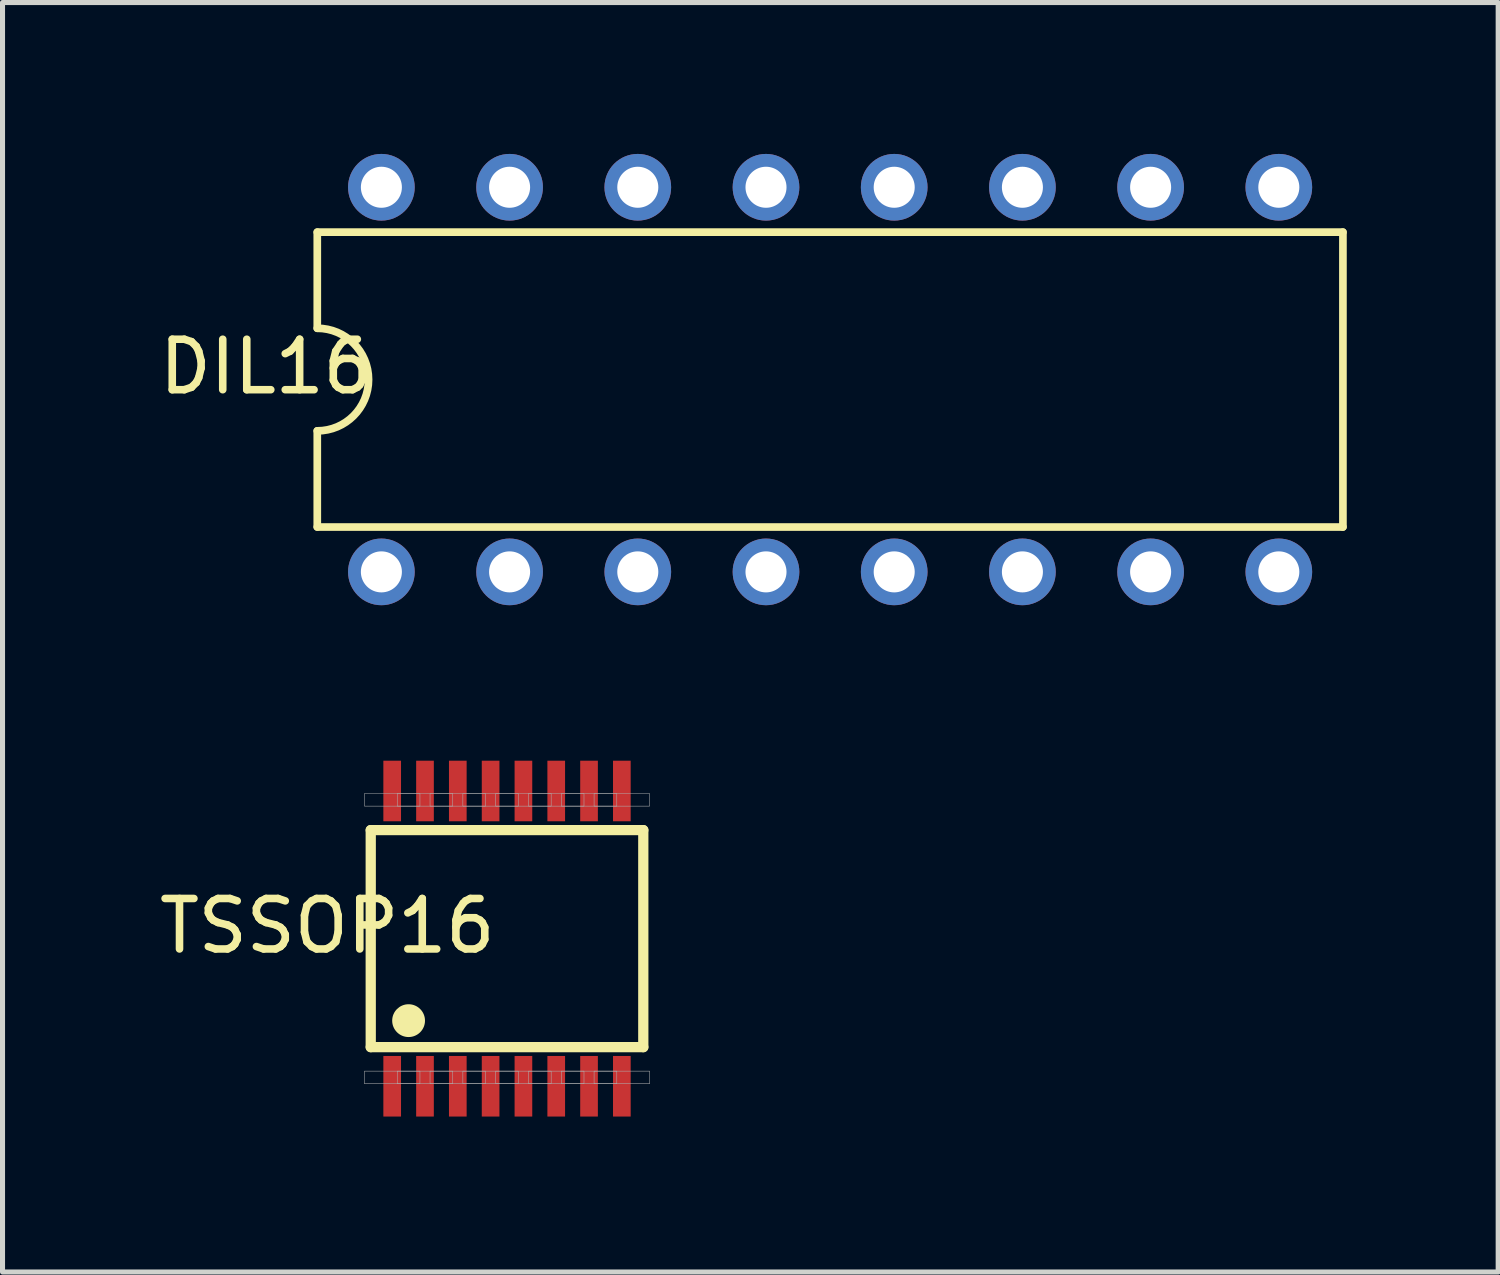
<source format=kicad_pcb>
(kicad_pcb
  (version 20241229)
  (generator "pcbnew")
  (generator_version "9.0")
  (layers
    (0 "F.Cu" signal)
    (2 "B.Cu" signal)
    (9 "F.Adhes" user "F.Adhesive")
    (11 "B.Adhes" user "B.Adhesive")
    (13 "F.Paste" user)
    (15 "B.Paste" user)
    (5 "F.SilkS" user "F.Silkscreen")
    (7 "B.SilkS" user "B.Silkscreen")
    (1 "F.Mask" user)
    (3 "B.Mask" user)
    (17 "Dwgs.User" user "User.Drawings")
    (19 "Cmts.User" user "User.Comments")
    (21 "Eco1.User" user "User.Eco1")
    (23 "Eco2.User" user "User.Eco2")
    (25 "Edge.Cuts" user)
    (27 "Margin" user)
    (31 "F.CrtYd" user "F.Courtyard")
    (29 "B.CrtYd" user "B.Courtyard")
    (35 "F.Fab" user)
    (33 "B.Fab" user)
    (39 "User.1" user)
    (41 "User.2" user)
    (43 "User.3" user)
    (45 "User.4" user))
  (footprint "TSSOP16"
    (layer "F.Cu")
    (at 6.995 15.546)
    (property "Reference" "TSSOP16" (at -3.56 -0.25 180) (layer "F.SilkS") (effects (font (size 1 1) (thickness 0.15))))
    (attr smd)
    (fp_poly (pts (xy -2.5 -3.6) (xy -2.05 -3.6) (xy -2.05 -2.25) (xy -2.5 -2.25)) (stroke (width 0.01) (type solid)) (fill yes) (layer "F.Mask"))
    (fp_poly (pts (xy -2.5 2.25) (xy -2.05 2.25) (xy -2.05 3.6) (xy -2.5 3.6)) (stroke (width 0.01) (type solid)) (fill yes) (layer "F.Mask"))
    (fp_poly (pts (xy -1.85 -3.6) (xy -1.4 -3.6) (xy -1.4 -2.25) (xy -1.85 -2.25)) (stroke (width 0.01) (type solid)) (fill yes) (layer "F.Mask"))
    (fp_poly (pts (xy -1.85 2.25) (xy -1.4 2.25) (xy -1.4 3.6) (xy -1.85 3.6)) (stroke (width 0.01) (type solid)) (fill yes) (layer "F.Mask"))
    (fp_poly (pts (xy -1.2 -3.6) (xy -0.75 -3.6) (xy -0.75 -2.25) (xy -1.2 -2.25)) (stroke (width 0.01) (type solid)) (fill yes) (layer "F.Mask"))
    (fp_poly (pts (xy -1.2 2.25) (xy -0.75 2.25) (xy -0.75 3.6) (xy -1.2 3.6)) (stroke (width 0.01) (type solid)) (fill yes) (layer "F.Mask"))
    (fp_poly (pts (xy -0.55 -3.6) (xy -0.1 -3.6) (xy -0.1 -2.25) (xy -0.55 -2.25)) (stroke (width 0.01) (type solid)) (fill yes) (layer "F.Mask"))
    (fp_poly (pts (xy -0.55 2.25) (xy -0.1 2.25) (xy -0.1 3.6) (xy -0.55 3.6)) (stroke (width 0.01) (type solid)) (fill yes) (layer "F.Mask"))
    (fp_poly (pts (xy 0.1 -3.6) (xy 0.55 -3.6) (xy 0.55 -2.25) (xy 0.1 -2.25)) (stroke (width 0.01) (type solid)) (fill yes) (layer "F.Mask"))
    (fp_poly (pts (xy 0.1 2.25) (xy 0.55 2.25) (xy 0.55 3.6) (xy 0.1 3.6)) (stroke (width 0.01) (type solid)) (fill yes) (layer "F.Mask"))
    (fp_poly (pts (xy 0.75 -3.6) (xy 1.2 -3.6) (xy 1.2 -2.25) (xy 0.75 -2.25)) (stroke (width 0.01) (type solid)) (fill yes) (layer "F.Mask"))
    (fp_poly (pts (xy 0.75 2.25) (xy 1.2 2.25) (xy 1.2 3.6) (xy 0.75 3.6)) (stroke (width 0.01) (type solid)) (fill yes) (layer "F.Mask"))
    (fp_poly (pts (xy 1.4 -3.6) (xy 1.85 -3.6) (xy 1.85 -2.25) (xy 1.4 -2.25)) (stroke (width 0.01) (type solid)) (fill yes) (layer "F.Mask"))
    (fp_poly (pts (xy 1.4 2.25) (xy 1.85 2.25) (xy 1.85 3.6) (xy 1.4 3.6)) (stroke (width 0.01) (type solid)) (fill yes) (layer "F.Mask"))
    (fp_poly (pts (xy 2.05 -3.6) (xy 2.5 -3.6) (xy 2.5 -2.25) (xy 2.05 -2.25)) (stroke (width 0.01) (type solid)) (fill yes) (layer "F.Mask"))
    (fp_poly (pts (xy 2.05 2.25) (xy 2.5 2.25) (xy 2.5 3.6) (xy 2.05 3.6)) (stroke (width 0.01) (type solid)) (fill yes) (layer "F.Mask"))
    (fp_line (start -2.7 -2.15) (end -2.7 2.15) (stroke (width 0.203) (type solid)) (layer "F.SilkS"))
    (fp_line (start -2.7 2.15) (end 2.7 2.15) (stroke (width 0.203) (type solid)) (layer "F.SilkS"))
    (fp_line (start 2.7 -2.15) (end -2.7 -2.15) (stroke (width 0.203) (type solid)) (layer "F.SilkS"))
    (fp_line (start 2.7 2.15) (end 2.7 -2.15) (stroke (width 0.203) (type solid)) (layer "F.SilkS"))
    (fp_circle (center -1.95 1.625) (end -1.625 1.625) (stroke (width 0) (type solid)) (fill yes) (layer "F.SilkS"))
    (fp_poly (pts (xy -2.825 -2.875) (xy -1.725 -2.875) (xy -1.725 -2.625) (xy -2.825 -2.625)) (stroke (width 0.01) (type solid)) (fill no) (layer "F.Fab"))
    (fp_poly (pts (xy -2.825 2.625) (xy -1.725 2.625) (xy -1.725 2.875) (xy -2.825 2.875)) (stroke (width 0.01) (type solid)) (fill no) (layer "F.Fab"))
    (fp_poly (pts (xy -2.175 -2.875) (xy -1.075 -2.875) (xy -1.075 -2.625) (xy -2.175 -2.625)) (stroke (width 0.01) (type solid)) (fill no) (layer "F.Fab"))
    (fp_poly (pts (xy -2.175 2.625) (xy -1.075 2.625) (xy -1.075 2.875) (xy -2.175 2.875)) (stroke (width 0.01) (type solid)) (fill no) (layer "F.Fab"))
    (fp_poly (pts (xy -1.525 -2.875) (xy -0.425 -2.875) (xy -0.425 -2.625) (xy -1.525 -2.625)) (stroke (width 0.01) (type solid)) (fill no) (layer "F.Fab"))
    (fp_poly (pts (xy -1.525 2.625) (xy -0.425 2.625) (xy -0.425 2.875) (xy -1.525 2.875)) (stroke (width 0.01) (type solid)) (fill no) (layer "F.Fab"))
    (fp_poly (pts (xy -0.875 -2.875) (xy 0.225 -2.875) (xy 0.225 -2.625) (xy -0.875 -2.625)) (stroke (width 0.01) (type solid)) (fill no) (layer "F.Fab"))
    (fp_poly (pts (xy -0.875 2.625) (xy 0.225 2.625) (xy 0.225 2.875) (xy -0.875 2.875)) (stroke (width 0.01) (type solid)) (fill no) (layer "F.Fab"))
    (fp_poly (pts (xy -0.225 -2.875) (xy 0.875 -2.875) (xy 0.875 -2.625) (xy -0.225 -2.625)) (stroke (width 0.01) (type solid)) (fill no) (layer "F.Fab"))
    (fp_poly (pts (xy -0.225 2.625) (xy 0.875 2.625) (xy 0.875 2.875) (xy -0.225 2.875)) (stroke (width 0.01) (type solid)) (fill no) (layer "F.Fab"))
    (fp_poly (pts (xy 0.425 -2.875) (xy 1.525 -2.875) (xy 1.525 -2.625) (xy 0.425 -2.625)) (stroke (width 0.01) (type solid)) (fill no) (layer "F.Fab"))
    (fp_poly (pts (xy 0.425 2.625) (xy 1.525 2.625) (xy 1.525 2.875) (xy 0.425 2.875)) (stroke (width 0.01) (type solid)) (fill no) (layer "F.Fab"))
    (fp_poly (pts (xy 1.075 -2.875) (xy 2.175 -2.875) (xy 2.175 -2.625) (xy 1.075 -2.625)) (stroke (width 0.01) (type solid)) (fill no) (layer "F.Fab"))
    (fp_poly (pts (xy 1.075 2.625) (xy 2.175 2.625) (xy 2.175 2.875) (xy 1.075 2.875)) (stroke (width 0.01) (type solid)) (fill no) (layer "F.Fab"))
    (fp_poly (pts (xy 1.725 -2.875) (xy 2.825 -2.875) (xy 2.825 -2.625) (xy 1.725 -2.625)) (stroke (width 0.01) (type solid)) (fill no) (layer "F.Fab"))
    (fp_poly (pts (xy 1.725 2.625) (xy 2.825 2.625) (xy 2.825 2.875) (xy 1.725 2.875)) (stroke (width 0.01) (type solid)) (fill no) (layer "F.Fab"))
    (pad "1" smd rect (at -2.275 2.925) (size 0.35 1.2) (layers "F.Cu" "F.Paste"))
    (pad "2" smd rect (at -1.625 2.925) (size 0.35 1.2) (layers "F.Cu" "F.Paste"))
    (pad "3" smd rect (at -0.975 2.925) (size 0.35 1.2) (layers "F.Cu" "F.Paste"))
    (pad "4" smd rect (at -0.325 2.925) (size 0.35 1.2) (layers "F.Cu" "F.Paste"))
    (pad "5" smd rect (at 0.325 2.925) (size 0.35 1.2) (layers "F.Cu" "F.Paste"))
    (pad "6" smd rect (at 0.975 2.925) (size 0.35 1.2) (layers "F.Cu" "F.Paste"))
    (pad "7" smd rect (at 1.625 2.925) (size 0.35 1.2) (layers "F.Cu" "F.Paste"))
    (pad "8" smd rect (at 2.275 2.925) (size 0.35 1.2) (layers "F.Cu" "F.Paste"))
    (pad "9" smd rect (at 2.275 -2.925) (size 0.35 1.2) (layers "F.Cu" "F.Paste"))
    (pad "10" smd rect (at 1.625 -2.925) (size 0.35 1.2) (layers "F.Cu" "F.Paste"))
    (pad "11" smd rect (at 0.975 -2.925) (size 0.35 1.2) (layers "F.Cu" "F.Paste"))
    (pad "12" smd rect (at 0.325 -2.925) (size 0.35 1.2) (layers "F.Cu" "F.Paste"))
    (pad "13" smd rect (at -0.325 -2.925) (size 0.35 1.2) (layers "F.Cu" "F.Paste"))
    (pad "14" smd rect (at -0.975 -2.925) (size 0.35 1.2) (layers "F.Cu" "F.Paste"))
    (pad "15" smd rect (at -1.625 -2.925) (size 0.35 1.2) (layers "F.Cu" "F.Paste"))
    (pad "16" smd rect (at -2.275 -2.925) (size 0.35 1.2) (layers "F.Cu" "F.Paste")))
  (footprint "DIL16"
    (layer "F.Cu")
    (at 13.396 4.47)
    (property "Reference" "DIL16" (at -11.176 -0.254 180) (layer "F.SilkS") (effects (font (size 1 1) (thickness 0.15))))
    (attr through_hole)
    (fp_line (start -10.16 -2.921) (end -10.16 -1.016) (stroke (width 0.152) (type solid)) (layer "F.SilkS"))
    (fp_line (start -10.16 2.921) (end -10.16 1.016) (stroke (width 0.152) (type solid)) (layer "F.SilkS"))
    (fp_line (start -10.16 2.921) (end 10.16 2.921) (stroke (width 0.152) (type solid)) (layer "F.SilkS"))
    (fp_line (start 10.16 -2.921) (end -10.16 -2.921) (stroke (width 0.152) (type solid)) (layer "F.SilkS"))
    (fp_line (start 10.16 -2.921) (end 10.16 2.921) (stroke (width 0.152) (type solid)) (layer "F.SilkS"))
    (fp_arc (start -10.16 -1.016) (mid -9.144 0) (end -10.16 1.016) (stroke (width 0.1524) (type solid)) (layer "F.SilkS"))
    (pad "1" thru_hole circle (at -8.89 3.81) (size 1.321 1.321) (drill 0.813) (layers "*.Cu" "*.Mask"))
    (pad "2" thru_hole circle (at -6.35 3.81) (size 1.321 1.321) (drill 0.813) (layers "*.Cu" "*.Mask"))
    (pad "3" thru_hole circle (at -3.81 3.81) (size 1.321 1.321) (drill 0.813) (layers "*.Cu" "*.Mask"))
    (pad "4" thru_hole circle (at -1.27 3.81) (size 1.321 1.321) (drill 0.813) (layers "*.Cu" "*.Mask"))
    (pad "5" thru_hole circle (at 1.27 3.81) (size 1.321 1.321) (drill 0.813) (layers "*.Cu" "*.Mask"))
    (pad "6" thru_hole circle (at 3.81 3.81) (size 1.321 1.321) (drill 0.813) (layers "*.Cu" "*.Mask"))
    (pad "7" thru_hole circle (at 6.35 3.81) (size 1.321 1.321) (drill 0.813) (layers "*.Cu" "*.Mask"))
    (pad "8" thru_hole circle (at 8.89 3.81) (size 1.321 1.321) (drill 0.813) (layers "*.Cu" "*.Mask"))
    (pad "9" thru_hole circle (at 8.89 -3.81) (size 1.321 1.321) (drill 0.813) (layers "*.Cu" "*.Mask"))
    (pad "10" thru_hole circle (at 6.35 -3.81) (size 1.321 1.321) (drill 0.813) (layers "*.Cu" "*.Mask"))
    (pad "11" thru_hole circle (at 3.81 -3.81) (size 1.321 1.321) (drill 0.813) (layers "*.Cu" "*.Mask"))
    (pad "12" thru_hole circle (at 1.27 -3.81) (size 1.321 1.321) (drill 0.813) (layers "*.Cu" "*.Mask"))
    (pad "13" thru_hole circle (at -1.27 -3.81) (size 1.321 1.321) (drill 0.813) (layers "*.Cu" "*.Mask"))
    (pad "14" thru_hole circle (at -3.81 -3.81) (size 1.321 1.321) (drill 0.813) (layers "*.Cu" "*.Mask"))
    (pad "15" thru_hole circle (at -6.35 -3.81) (size 1.321 1.321) (drill 0.813) (layers "*.Cu" "*.Mask"))
    (pad "16" thru_hole circle (at -8.89 -3.81) (size 1.321 1.321) (drill 0.813) (layers "*.Cu" "*.Mask")))
  (gr_rect
    (start -3 -3)
    (end 26.632 22.151)
    (stroke (width 0.1) (type default))
    (fill no)
    (layer "Edge.Cuts")))
</source>
